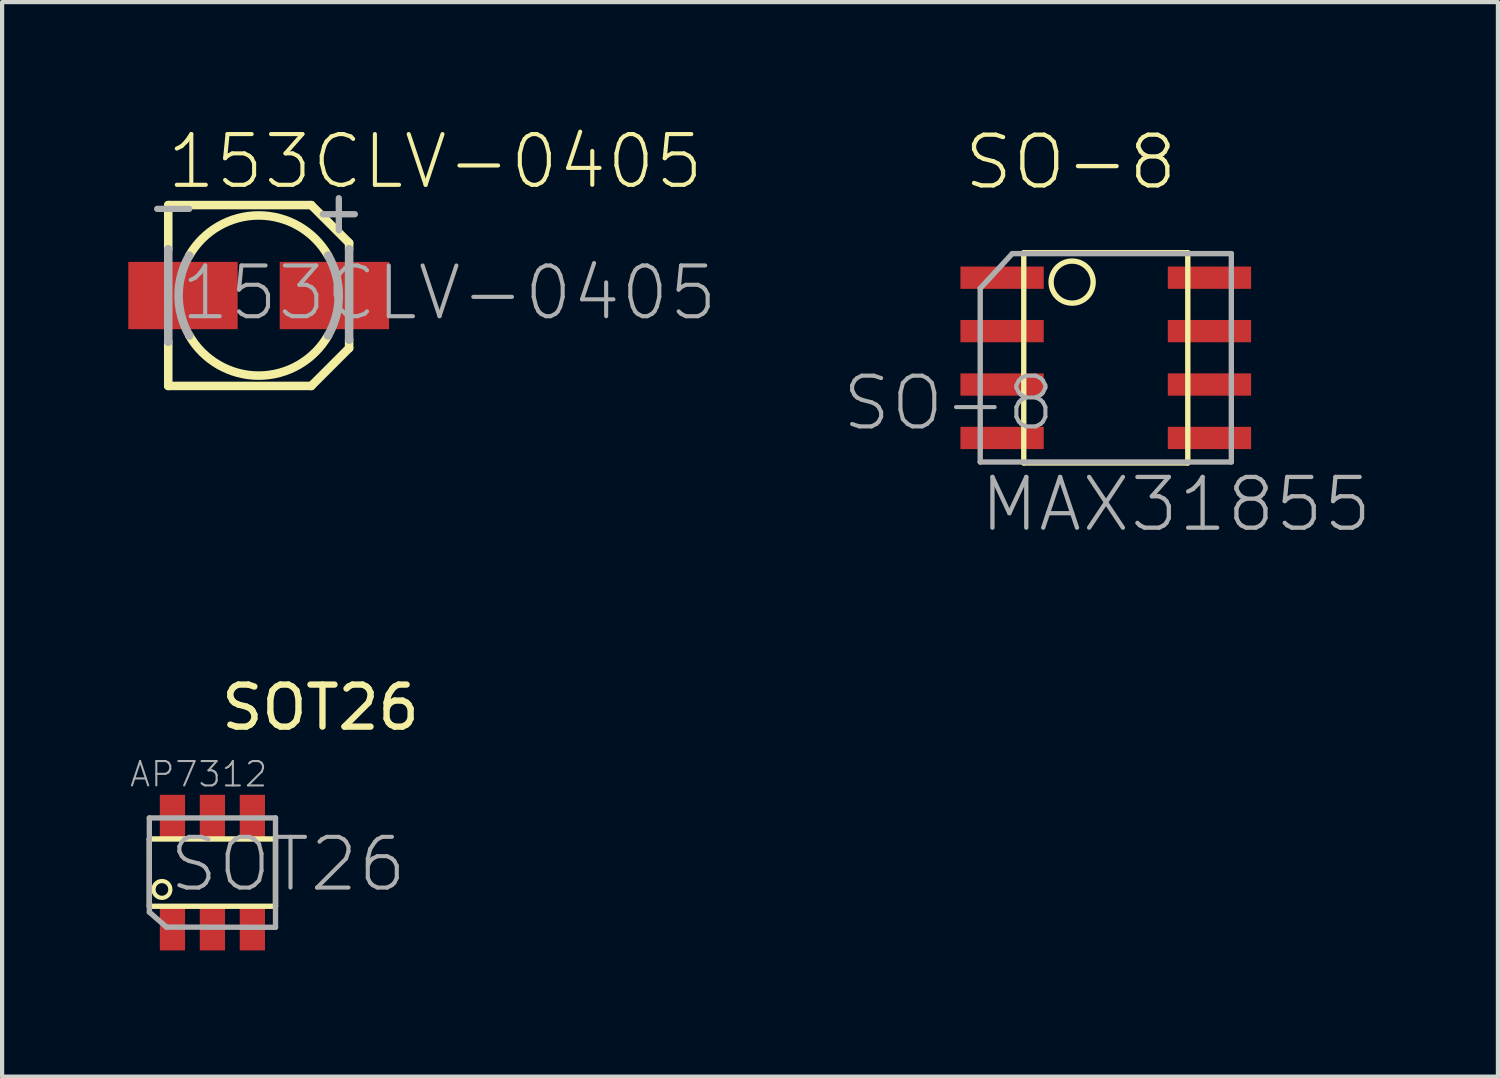
<source format=kicad_pcb>
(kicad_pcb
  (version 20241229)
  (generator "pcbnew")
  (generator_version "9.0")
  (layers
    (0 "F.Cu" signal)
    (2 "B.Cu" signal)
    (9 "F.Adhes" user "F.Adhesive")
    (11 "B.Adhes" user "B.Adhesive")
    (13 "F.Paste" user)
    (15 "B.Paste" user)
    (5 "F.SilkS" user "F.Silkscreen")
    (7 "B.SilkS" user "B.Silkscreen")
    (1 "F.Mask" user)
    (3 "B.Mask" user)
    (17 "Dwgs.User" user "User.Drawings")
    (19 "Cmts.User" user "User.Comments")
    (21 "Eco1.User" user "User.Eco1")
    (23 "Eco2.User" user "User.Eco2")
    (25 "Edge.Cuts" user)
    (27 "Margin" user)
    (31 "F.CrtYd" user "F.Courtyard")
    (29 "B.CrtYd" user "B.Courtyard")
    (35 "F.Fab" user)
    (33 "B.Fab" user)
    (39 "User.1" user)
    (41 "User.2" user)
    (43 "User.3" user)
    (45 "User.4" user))
  (footprint "SOT26"
    (layer "F.Cu")
    (at 2 17.696)
    (property "Reference" "SOT26" (at -1.079 0.508 0) (layer "F.Fab") (effects (font (size 1.206 1.206) (thickness 0.097)) (justify left bottom)))
    (property "Value" "AP7312" (at 0 0 0) (layer "F.SilkS") (hide yes) (effects (font (size 0.579 0.579) (thickness 0.046)) (justify left bottom)))
    (attr through_hole)
    (fp_line (start -1.5 -0.8) (end 1.5 -0.8) (stroke (width 0.127) (type solid)) (layer "F.SilkS"))
    (fp_line (start -1.5 0.8) (end -1.5 -0.8) (stroke (width 0.127) (type solid)) (layer "F.SilkS"))
    (fp_line (start 1.5 -0.8) (end 1.5 0.8) (stroke (width 0.127) (type solid)) (layer "F.SilkS"))
    (fp_line (start 1.5 0.8) (end -1.5 0.8) (stroke (width 0.127) (type solid)) (layer "F.SilkS"))
    (fp_circle (center -1.2 0.4) (end -1 0.4) (stroke (width 0.1) (type solid)) (fill no) (layer "F.SilkS"))
    (fp_line (start -1.5 -1.3) (end 1.5 -1.3) (stroke (width 0.127) (type solid)) (layer "F.Fab"))
    (fp_line (start -1.499 0.94) (end -1.5 -1.3) (stroke (width 0.127) (type solid)) (layer "F.Fab"))
    (fp_line (start -1.499 0.94) (end -1.092 1.295) (stroke (width 0.127) (type solid)) (layer "F.Fab"))
    (fp_line (start 1.5 -1.3) (end 1.5 1.3) (stroke (width 0.127) (type solid)) (layer "F.Fab"))
    (fp_line (start 1.5 1.3) (end -1.092 1.295) (stroke (width 0.127) (type solid)) (layer "F.Fab"))
    (fp_text user "${REFERENCE}" (at 0.137 -3.341 0) (layer "F.SilkS") (effects (font (size 1 1) (thickness 0.15)) (justify left bottom)))
    (fp_text user "${VALUE}" (at -2 -2 0) (layer "F.Fab") (effects (font (size 0.579 0.579) (thickness 0.049)) (justify left bottom)))
    (pad "1" smd rect (at -0.95 1.3) (size 0.6 1.1) (layers "F.Cu" "F.Mask" "F.Paste"))
    (pad "2" smd rect (at 0 1.3) (size 0.6 1.1) (layers "F.Cu" "F.Mask" "F.Paste"))
    (pad "3" smd rect (at 0.95 1.3) (size 0.6 1.1) (layers "F.Cu" "F.Mask" "F.Paste"))
    (pad "4" smd rect (at 0.95 -1.3) (size 0.6 1.1) (layers "F.Cu" "F.Mask" "F.Paste"))
    (pad "5" smd rect (at 0 -1.3) (size 0.6 1.1) (layers "F.Cu" "F.Mask" "F.Paste"))
    (pad "6" smd rect (at -0.95 -1.3) (size 0.6 1.1) (layers "F.Cu" "F.Mask" "F.Paste")))
  (footprint "SO-8"
    (layer "F.Cu")
    (at 23.239 5.457)
    (property "Reference" "SO-8" (at -1.142 0.372 180) (layer "F.Fab") (effects (font (size 1.206 1.206) (thickness 0.097)) (justify right top)))
    (property "Value" "MAX31855" (at 0 0 180) (layer "F.SilkS") (hide yes) (effects (font (size 1.206 1.206) (thickness 0.097)) (justify right top)))
    (attr through_hole)
    (fp_line (start -1.95 -2.5) (end 1.95 -2.5) (stroke (width 0.127) (type solid)) (layer "F.SilkS"))
    (fp_line (start -1.95 2.5) (end -1.95 -2.5) (stroke (width 0.127) (type solid)) (layer "F.SilkS"))
    (fp_line (start 1.95 -2.5) (end 1.95 2.5) (stroke (width 0.127) (type solid)) (layer "F.SilkS"))
    (fp_line (start 1.95 2.5) (end -1.95 2.5) (stroke (width 0.127) (type solid)) (layer "F.SilkS"))
    (fp_circle (center -0.8 -1.8) (end -0.3 -1.8) (stroke (width 0.127) (type solid)) (fill no) (layer "F.SilkS"))
    (fp_line (start -2.985 -1.651) (end -2.985 2.477) (stroke (width 0.127) (type solid)) (layer "F.Fab"))
    (fp_line (start -2.985 -1.651) (end -2.223 -2.477) (stroke (width 0.127) (type solid)) (layer "F.Fab"))
    (fp_line (start -2.985 2.477) (end 2.985 2.477) (stroke (width 0.127) (type solid)) (layer "F.Fab"))
    (fp_line (start 2.985 -2.477) (end -2.223 -2.477) (stroke (width 0.127) (type solid)) (layer "F.Fab"))
    (fp_line (start 2.985 2.477) (end 2.985 -2.477) (stroke (width 0.127) (type solid)) (layer "F.Fab"))
    (fp_text user "${REFERENCE}" (at -3.428 -3.946 0) (layer "F.SilkS") (effects (font (size 1.206 1.206) (thickness 0.102)) (justify left bottom)))
    (fp_text user "${VALUE}" (at -3.048 4.191 0) (layer "F.Fab") (effects (font (size 1.206 1.206) (thickness 0.102)) (justify left bottom)))
    (pad "1" smd rect (at -2.465 -1.905) (size 1.98 0.53) (layers "F.Cu" "F.Mask" "F.Paste"))
    (pad "2" smd rect (at -2.465 -0.635) (size 1.98 0.53) (layers "F.Cu" "F.Mask" "F.Paste"))
    (pad "3" smd rect (at -2.465 0.635) (size 1.98 0.53) (layers "F.Cu" "F.Mask" "F.Paste"))
    (pad "4" smd rect (at -2.465 1.905) (size 1.98 0.53) (layers "F.Cu" "F.Mask" "F.Paste"))
    (pad "5" smd rect (at 2.465 1.905) (size 1.98 0.53) (layers "F.Cu" "F.Mask" "F.Paste"))
    (pad "6" smd rect (at 2.465 0.635) (size 1.98 0.53) (layers "F.Cu" "F.Mask" "F.Paste"))
    (pad "7" smd rect (at 2.465 -0.635) (size 1.98 0.53) (layers "F.Cu" "F.Mask" "F.Paste"))
    (pad "8" smd rect (at 2.465 -1.905) (size 1.98 0.53) (layers "F.Cu" "F.Mask" "F.Paste")))
  (footprint "153CLV-0405"
    (layer "F.Cu")
    (at 3.1 3.976)
    (property "Reference" "153CLV-0405" (at -2.24 -2.48 0) (layer "F.SilkS") (effects (font (size 1.206 1.206) (thickness 0.097)) (justify left bottom)))
    (attr through_hole)
    (fp_line (start -2.15 -2.15) (end 1.25 -2.15) (stroke (width 0.203) (type solid)) (layer "F.SilkS"))
    (fp_line (start -2.15 -1.1) (end -2.15 -2.15) (stroke (width 0.203) (type solid)) (layer "F.SilkS"))
    (fp_line (start -2.15 2.15) (end -2.15 1.1) (stroke (width 0.203) (type solid)) (layer "F.SilkS"))
    (fp_line (start 1.25 -2.15) (end 2.15 -1.25) (stroke (width 0.203) (type solid)) (layer "F.SilkS"))
    (fp_line (start 1.25 2.15) (end -2.15 2.15) (stroke (width 0.203) (type solid)) (layer "F.SilkS"))
    (fp_line (start 2.15 -1.25) (end 2.15 -1.1) (stroke (width 0.203) (type solid)) (layer "F.SilkS"))
    (fp_line (start 2.15 1.05) (end 2.15 1.25) (stroke (width 0.203) (type solid)) (layer "F.SilkS"))
    (fp_line (start 2.15 1.25) (end 1.25 2.15) (stroke (width 0.203) (type solid)) (layer "F.SilkS"))
    (fp_arc (start -1.65 -0.95) (mid 0 -1.903943) (end 1.65 -0.95) (stroke (width 0.2032) (type solid)) (layer "F.SilkS"))
    (fp_arc (start 1.65 0.95) (mid 0 1.903943) (end -1.65 0.95) (stroke (width 0.2032) (type solid)) (layer "F.SilkS"))
    (fp_line (start -2.15 1.1) (end -2.15 -1.1) (stroke (width 0.203) (type solid)) (layer "F.Fab"))
    (fp_line (start 2.15 -1.1) (end 2.15 1.05) (stroke (width 0.203) (type solid)) (layer "F.Fab"))
    (fp_arc (start -1.65 0.95) (mid -1.903943 0) (end -1.65 -0.95) (stroke (width 0.2032) (type solid)) (layer "F.Fab"))
    (fp_arc (start 1.65 -0.95) (mid 1.903943 0) (end 1.65 0.95) (stroke (width 0.2032) (type solid)) (layer "F.Fab"))
    (fp_text user "+" (at 1.905 -2.007 0) (layer "F.Fab") (effects (font (size 1 1) (thickness 0.15))))
    (fp_text user "-" (at -2.032 -2.134 0) (layer "F.Fab") (effects (font (size 1 1) (thickness 0.15))))
    (fp_text user "${REFERENCE}" (at -1.91 0.644 0) (layer "F.Fab") (effects (font (size 1.206 1.206) (thickness 0.097)) (justify left bottom)))
    (pad "1" smd rect (at 1.8 0) (size 2.6 1.6) (layers "F.Cu" "F.Mask" "F.Paste"))
    (pad "2" smd rect (at -1.8 0) (size 2.6 1.6) (layers "F.Cu" "F.Mask" "F.Paste")))
  (gr_rect
    (start -3 -3)
    (end 32.562 22.546)
    (stroke (width 0.1) (type default))
    (fill no)
    (layer "Edge.Cuts")))
</source>
